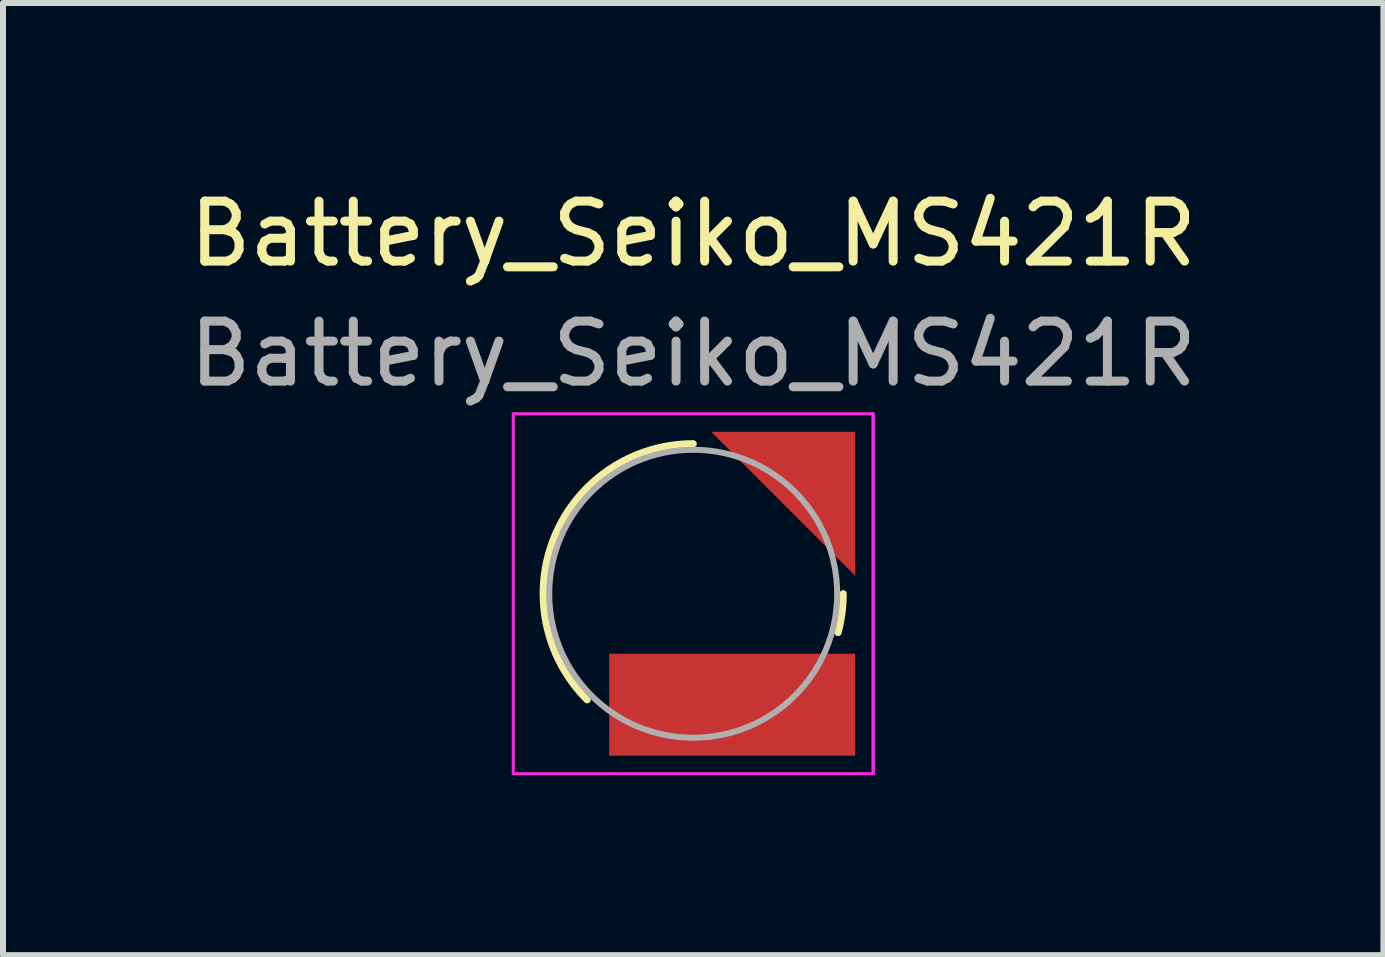
<source format=kicad_pcb>
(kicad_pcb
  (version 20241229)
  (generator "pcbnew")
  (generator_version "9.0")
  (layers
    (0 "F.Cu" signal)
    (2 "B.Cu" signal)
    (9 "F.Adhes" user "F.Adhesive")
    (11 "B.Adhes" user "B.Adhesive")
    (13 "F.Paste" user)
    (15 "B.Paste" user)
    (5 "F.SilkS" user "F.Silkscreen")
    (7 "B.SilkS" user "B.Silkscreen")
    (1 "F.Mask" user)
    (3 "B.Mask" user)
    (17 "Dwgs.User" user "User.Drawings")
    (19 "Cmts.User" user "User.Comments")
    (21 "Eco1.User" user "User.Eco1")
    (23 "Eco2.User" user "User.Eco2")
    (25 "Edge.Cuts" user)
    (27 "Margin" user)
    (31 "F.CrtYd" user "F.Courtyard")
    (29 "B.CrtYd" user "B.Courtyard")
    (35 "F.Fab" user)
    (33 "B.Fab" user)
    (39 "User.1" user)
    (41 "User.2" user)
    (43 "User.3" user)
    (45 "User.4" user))
  (footprint "Battery_Seiko_MS421R"
    (layer "F.Cu")
    (at 8.506 6.848)
    (property "Reference" "Battery_Seiko_MS421R" (at 0 -6 0) (unlocked yes) (layer "F.SilkS") (effects (font (size 1 1) (thickness 0.15))))
    (attr smd)
    (fp_arc (start -1.767767 1.767767) (mid -2.309699 -0.956709) (end 0 -2.5) (stroke (width 0.12) (type solid)) (layer "F.SilkS"))
    (fp_arc (start 2.5 0) (mid 2.478612 0.326316) (end 2.414814 0.647048) (stroke (width 0.12) (type solid)) (layer "F.SilkS"))
    (fp_line (start -3 3) (end -3 -3) (stroke (width 0.05) (type solid)) (layer "F.CrtYd"))
    (fp_line (start 3 -3) (end -3 -3) (stroke (width 0.05) (type solid)) (layer "F.CrtYd"))
    (fp_line (start 3 -3) (end 3 3) (stroke (width 0.05) (type solid)) (layer "F.CrtYd"))
    (fp_line (start 3 3) (end -3 3) (stroke (width 0.05) (type solid)) (layer "F.CrtYd"))
    (fp_line (start 3 3) (end 3 -3) (stroke (width 0.05) (type solid)) (layer "F.CrtYd"))
    (fp_circle (center 0 0) (end 2.4 0) (stroke (width 0.1) (type solid)) (fill no) (layer "F.Fab"))
    (fp_text user "${REFERENCE}" (at 0 -4 0) (unlocked yes) (layer "F.Fab") (effects (font (size 1 1) (thickness 0.15))))
    (pad "1" smd custom (at 2 -2) (size 1.3 1.3) (layers "F.Cu" "F.Mask" "F.Paste") (options (anchor circle)) (primitives (gr_poly (pts (xy 0.7 1.7) (xy 0.7 -0.7) (xy -1.7 -0.7)) (width 0) (fill yes))))
    (pad "2" smd rect (at 0.65 1.85) (size 4.1 1.7) (layers "F.Cu" "F.Mask" "F.Paste")))
  (gr_rect
    (start -3 -3)
    (end 20.012 12.873)
    (stroke (width 0.1) (type default))
    (fill no)
    (layer "Edge.Cuts")))
</source>
